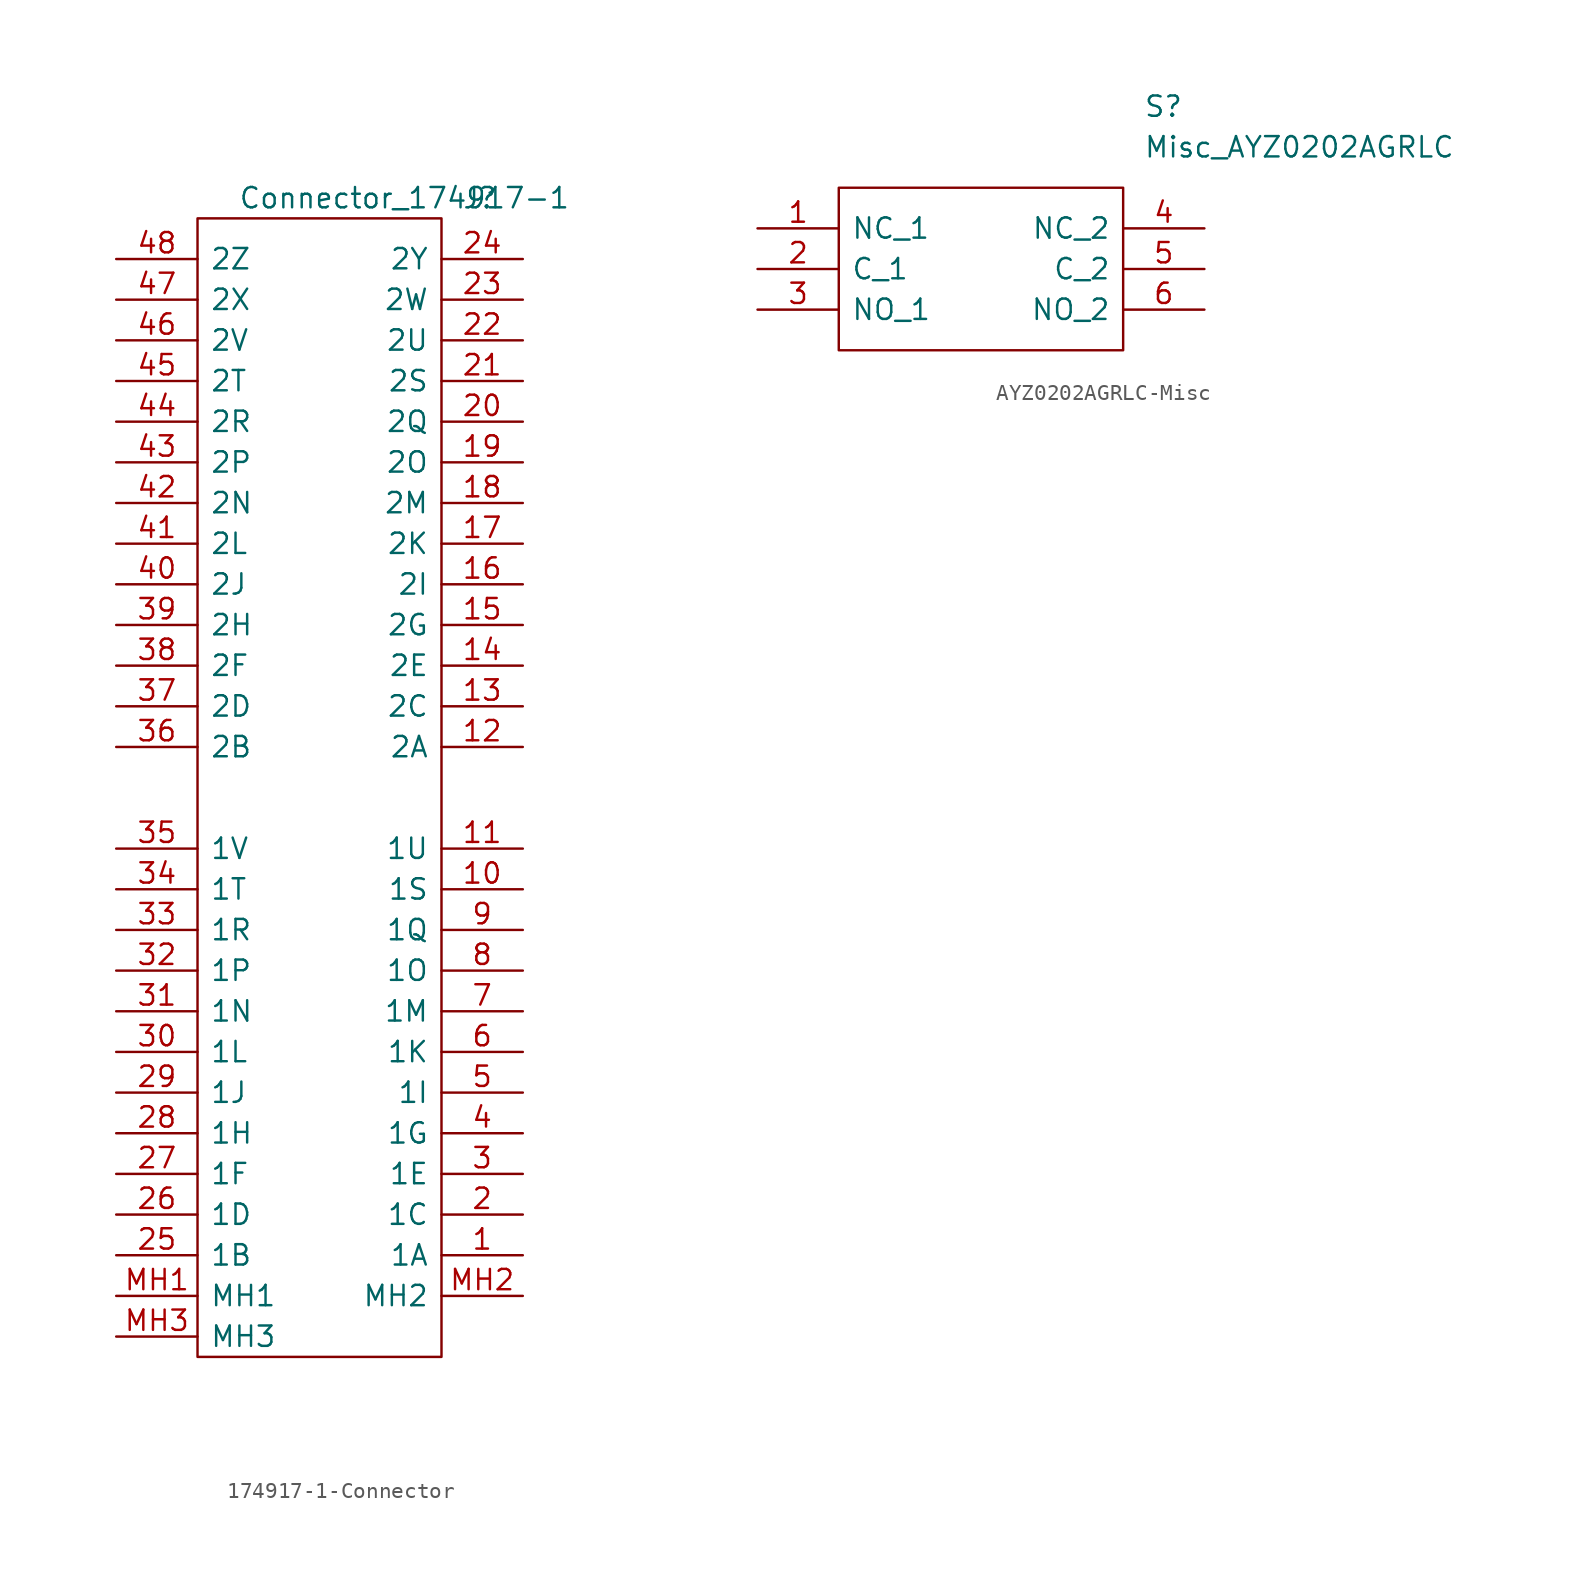
<source format=kicad_sym>
(kicad_symbol_lib
  (version 20231120)
  (generator "kicad_symbol_editor")
  (generator_version "8.0")
  (symbol "174917-1-Connector"
    (pin_names
      (offset 0.762))
    (property "Reference" "J"
      (at 40.64 -6.35 0)
      (effects (font (size 1.27 1.27)) (justify left)))
    (property "Value" "Connector_174917-1"
      (at 26.67 -6.35 0)
      (effects (font (size 1.27 1.27)) (justify left)))
    (symbol "174917-1-Connector_0_0"
      (pin bidirectional line (at 44.45 -72.39 180) (length 5.08) (name "1A" (effects (font (size 1.27 1.27)))) (number "1" (effects (font (size 1.27 1.27)))))
      (pin bidirectional line (at 44.45 -49.53 180) (length 5.08) (name "1S" (effects (font (size 1.27 1.27)))) (number "10" (effects (font (size 1.27 1.27)))))
      (pin bidirectional line (at 44.45 -46.99 180) (length 5.08) (name "1U" (effects (font (size 1.27 1.27)))) (number "11" (effects (font (size 1.27 1.27)))))
      (pin bidirectional line (at 44.45 -40.64 180) (length 5.08) (name "2A" (effects (font (size 1.27 1.27)))) (number "12" (effects (font (size 1.27 1.27)))))
      (pin bidirectional line (at 44.45 -38.1 180) (length 5.08) (name "2C" (effects (font (size 1.27 1.27)))) (number "13" (effects (font (size 1.27 1.27)))))
      (pin bidirectional line (at 44.45 -35.56 180) (length 5.08) (name "2E" (effects (font (size 1.27 1.27)))) (number "14" (effects (font (size 1.27 1.27)))))
      (pin bidirectional line (at 44.45 -33.02 180) (length 5.08) (name "2G" (effects (font (size 1.27 1.27)))) (number "15" (effects (font (size 1.27 1.27)))))
      (pin bidirectional line (at 44.45 -30.48 180) (length 5.08) (name "2I" (effects (font (size 1.27 1.27)))) (number "16" (effects (font (size 1.27 1.27)))))
      (pin bidirectional line (at 44.45 -27.94 180) (length 5.08) (name "2K" (effects (font (size 1.27 1.27)))) (number "17" (effects (font (size 1.27 1.27)))))
      (pin bidirectional line (at 44.45 -25.4 180) (length 5.08) (name "2M" (effects (font (size 1.27 1.27)))) (number "18" (effects (font (size 1.27 1.27)))))
      (pin bidirectional line (at 44.45 -22.86 180) (length 5.08) (name "2O" (effects (font (size 1.27 1.27)))) (number "19" (effects (font (size 1.27 1.27)))))
      (pin bidirectional line (at 44.45 -69.85 180) (length 5.08) (name "1C" (effects (font (size 1.27 1.27)))) (number "2" (effects (font (size 1.27 1.27)))))
      (pin bidirectional line (at 44.45 -20.32 180) (length 5.08) (name "2Q" (effects (font (size 1.27 1.27)))) (number "20" (effects (font (size 1.27 1.27)))))
      (pin bidirectional line (at 44.45 -17.78 180) (length 5.08) (name "2S" (effects (font (size 1.27 1.27)))) (number "21" (effects (font (size 1.27 1.27)))))
      (pin bidirectional line (at 44.45 -15.24 180) (length 5.08) (name "2U" (effects (font (size 1.27 1.27)))) (number "22" (effects (font (size 1.27 1.27)))))
      (pin bidirectional line (at 44.45 -12.7 180) (length 5.08) (name "2W" (effects (font (size 1.27 1.27)))) (number "23" (effects (font (size 1.27 1.27)))))
      (pin bidirectional line (at 44.45 -10.16 180) (length 5.08) (name "2Y" (effects (font (size 1.27 1.27)))) (number "24" (effects (font (size 1.27 1.27)))))
      (pin bidirectional line (at 19.05 -72.39 0) (length 5.08) (name "1B" (effects (font (size 1.27 1.27)))) (number "25" (effects (font (size 1.27 1.27)))))
      (pin bidirectional line (at 19.05 -69.85 0) (length 5.08) (name "1D" (effects (font (size 1.27 1.27)))) (number "26" (effects (font (size 1.27 1.27)))))
      (pin bidirectional line (at 19.05 -67.31 0) (length 5.08) (name "1F" (effects (font (size 1.27 1.27)))) (number "27" (effects (font (size 1.27 1.27)))))
      (pin bidirectional line (at 19.05 -64.77 0) (length 5.08) (name "1H" (effects (font (size 1.27 1.27)))) (number "28" (effects (font (size 1.27 1.27)))))
      (pin bidirectional line (at 19.05 -62.23 0) (length 5.08) (name "1J" (effects (font (size 1.27 1.27)))) (number "29" (effects (font (size 1.27 1.27)))))
      (pin bidirectional line (at 44.45 -67.31 180) (length 5.08) (name "1E" (effects (font (size 1.27 1.27)))) (number "3" (effects (font (size 1.27 1.27)))))
      (pin bidirectional line (at 19.05 -59.69 0) (length 5.08) (name "1L" (effects (font (size 1.27 1.27)))) (number "30" (effects (font (size 1.27 1.27)))))
      (pin bidirectional line (at 19.05 -57.15 0) (length 5.08) (name "1N" (effects (font (size 1.27 1.27)))) (number "31" (effects (font (size 1.27 1.27)))))
      (pin bidirectional line (at 19.05 -54.61 0) (length 5.08) (name "1P" (effects (font (size 1.27 1.27)))) (number "32" (effects (font (size 1.27 1.27)))))
      (pin bidirectional line (at 19.05 -52.07 0) (length 5.08) (name "1R" (effects (font (size 1.27 1.27)))) (number "33" (effects (font (size 1.27 1.27)))))
      (pin bidirectional line (at 19.05 -49.53 0) (length 5.08) (name "1T" (effects (font (size 1.27 1.27)))) (number "34" (effects (font (size 1.27 1.27)))))
      (pin bidirectional line (at 19.05 -46.99 0) (length 5.08) (name "1V" (effects (font (size 1.27 1.27)))) (number "35" (effects (font (size 1.27 1.27)))))
      (pin bidirectional line (at 19.05 -40.64 0) (length 5.08) (name "2B" (effects (font (size 1.27 1.27)))) (number "36" (effects (font (size 1.27 1.27)))))
      (pin bidirectional line (at 19.05 -38.1 0) (length 5.08) (name "2D" (effects (font (size 1.27 1.27)))) (number "37" (effects (font (size 1.27 1.27)))))
      (pin bidirectional line (at 19.05 -35.56 0) (length 5.08) (name "2F" (effects (font (size 1.27 1.27)))) (number "38" (effects (font (size 1.27 1.27)))))
      (pin bidirectional line (at 19.05 -33.02 0) (length 5.08) (name "2H" (effects (font (size 1.27 1.27)))) (number "39" (effects (font (size 1.27 1.27)))))
      (pin bidirectional line (at 44.45 -64.77 180) (length 5.08) (name "1G" (effects (font (size 1.27 1.27)))) (number "4" (effects (font (size 1.27 1.27)))))
      (pin bidirectional line (at 19.05 -30.48 0) (length 5.08) (name "2J" (effects (font (size 1.27 1.27)))) (number "40" (effects (font (size 1.27 1.27)))))
      (pin bidirectional line (at 19.05 -27.94 0) (length 5.08) (name "2L" (effects (font (size 1.27 1.27)))) (number "41" (effects (font (size 1.27 1.27)))))
      (pin bidirectional line (at 19.05 -25.4 0) (length 5.08) (name "2N" (effects (font (size 1.27 1.27)))) (number "42" (effects (font (size 1.27 1.27)))))
      (pin bidirectional line (at 19.05 -22.86 0) (length 5.08) (name "2P" (effects (font (size 1.27 1.27)))) (number "43" (effects (font (size 1.27 1.27)))))
      (pin bidirectional line (at 19.05 -20.32 0) (length 5.08) (name "2R" (effects (font (size 1.27 1.27)))) (number "44" (effects (font (size 1.27 1.27)))))
      (pin bidirectional line (at 19.05 -17.78 0) (length 5.08) (name "2T" (effects (font (size 1.27 1.27)))) (number "45" (effects (font (size 1.27 1.27)))))
      (pin bidirectional line (at 19.05 -15.24 0) (length 5.08) (name "2V" (effects (font (size 1.27 1.27)))) (number "46" (effects (font (size 1.27 1.27)))))
      (pin bidirectional line (at 19.05 -12.7 0) (length 5.08) (name "2X" (effects (font (size 1.27 1.27)))) (number "47" (effects (font (size 1.27 1.27)))))
      (pin bidirectional line (at 19.05 -10.16 0) (length 5.08) (name "2Z" (effects (font (size 1.27 1.27)))) (number "48" (effects (font (size 1.27 1.27)))))
      (pin bidirectional line (at 44.45 -62.23 180) (length 5.08) (name "1I" (effects (font (size 1.27 1.27)))) (number "5" (effects (font (size 1.27 1.27)))))
      (pin bidirectional line (at 44.45 -59.69 180) (length 5.08) (name "1K" (effects (font (size 1.27 1.27)))) (number "6" (effects (font (size 1.27 1.27)))))
      (pin bidirectional line (at 44.45 -57.15 180) (length 5.08) (name "1M" (effects (font (size 1.27 1.27)))) (number "7" (effects (font (size 1.27 1.27)))))
      (pin bidirectional line (at 44.45 -54.61 180) (length 5.08) (name "1O" (effects (font (size 1.27 1.27)))) (number "8" (effects (font (size 1.27 1.27)))))
      (pin bidirectional line (at 44.45 -52.07 180) (length 5.08) (name "1Q" (effects (font (size 1.27 1.27)))) (number "9" (effects (font (size 1.27 1.27)))))
      (pin bidirectional line (at 19.05 -74.93 0) (length 5.08) (name "MH1" (effects (font (size 1.27 1.27)))) (number "MH1" (effects (font (size 1.27 1.27)))))
      (pin bidirectional line (at 44.45 -74.93 180) (length 5.08) (name "MH2" (effects (font (size 1.27 1.27)))) (number "MH2" (effects (font (size 1.27 1.27)))))
      (pin bidirectional line (at 19.05 -77.47 0) (length 5.08) (name "MH3" (effects (font (size 1.27 1.27)))) (number "MH3" (effects (font (size 1.27 1.27))))))
    (symbol "174917-1-Connector_0_1"
      (polyline (pts (xy 24.13 -7.62) (xy 39.37 -7.62) (xy 39.37 -78.74) (xy 24.13 -78.74) (xy 24.13 -7.62)) (stroke (width 0.152) (type solid)) (fill (type none)))))
  (symbol "AYZ0202AGRLC-Misc"
    (pin_names
      (offset 0.762))
    (property "Reference" "S"
      (at 24.13 7.62 0)
      (effects (font (size 1.27 1.27)) (justify left)))
    (property "Value" "Misc_AYZ0202AGRLC"
      (at 24.13 5.08 0)
      (effects (font (size 1.27 1.27)) (justify left)))
    (symbol "AYZ0202AGRLC-Misc_0_0"
      (pin bidirectional line (at 0 0 0) (length 5.08) (name "NC_1" (effects (font (size 1.27 1.27)))) (number "1" (effects (font (size 1.27 1.27)))))
      (pin bidirectional line (at 0 -2.54 0) (length 5.08) (name "C_1" (effects (font (size 1.27 1.27)))) (number "2" (effects (font (size 1.27 1.27)))))
      (pin bidirectional line (at 0 -5.08 0) (length 5.08) (name "NO_1" (effects (font (size 1.27 1.27)))) (number "3" (effects (font (size 1.27 1.27)))))
      (pin bidirectional line (at 27.94 0 180) (length 5.08) (name "NC_2" (effects (font (size 1.27 1.27)))) (number "4" (effects (font (size 1.27 1.27)))))
      (pin bidirectional line (at 27.94 -2.54 180) (length 5.08) (name "C_2" (effects (font (size 1.27 1.27)))) (number "5" (effects (font (size 1.27 1.27)))))
      (pin bidirectional line (at 27.94 -5.08 180) (length 5.08) (name "NO_2" (effects (font (size 1.27 1.27)))) (number "6" (effects (font (size 1.27 1.27))))))
    (symbol "AYZ0202AGRLC-Misc_0_1"
      (polyline (pts (xy 5.08 2.54) (xy 22.86 2.54) (xy 22.86 -7.62) (xy 5.08 -7.62) (xy 5.08 2.54)) (stroke (width 0.152) (type solid)) (fill (type none))))))
</source>
